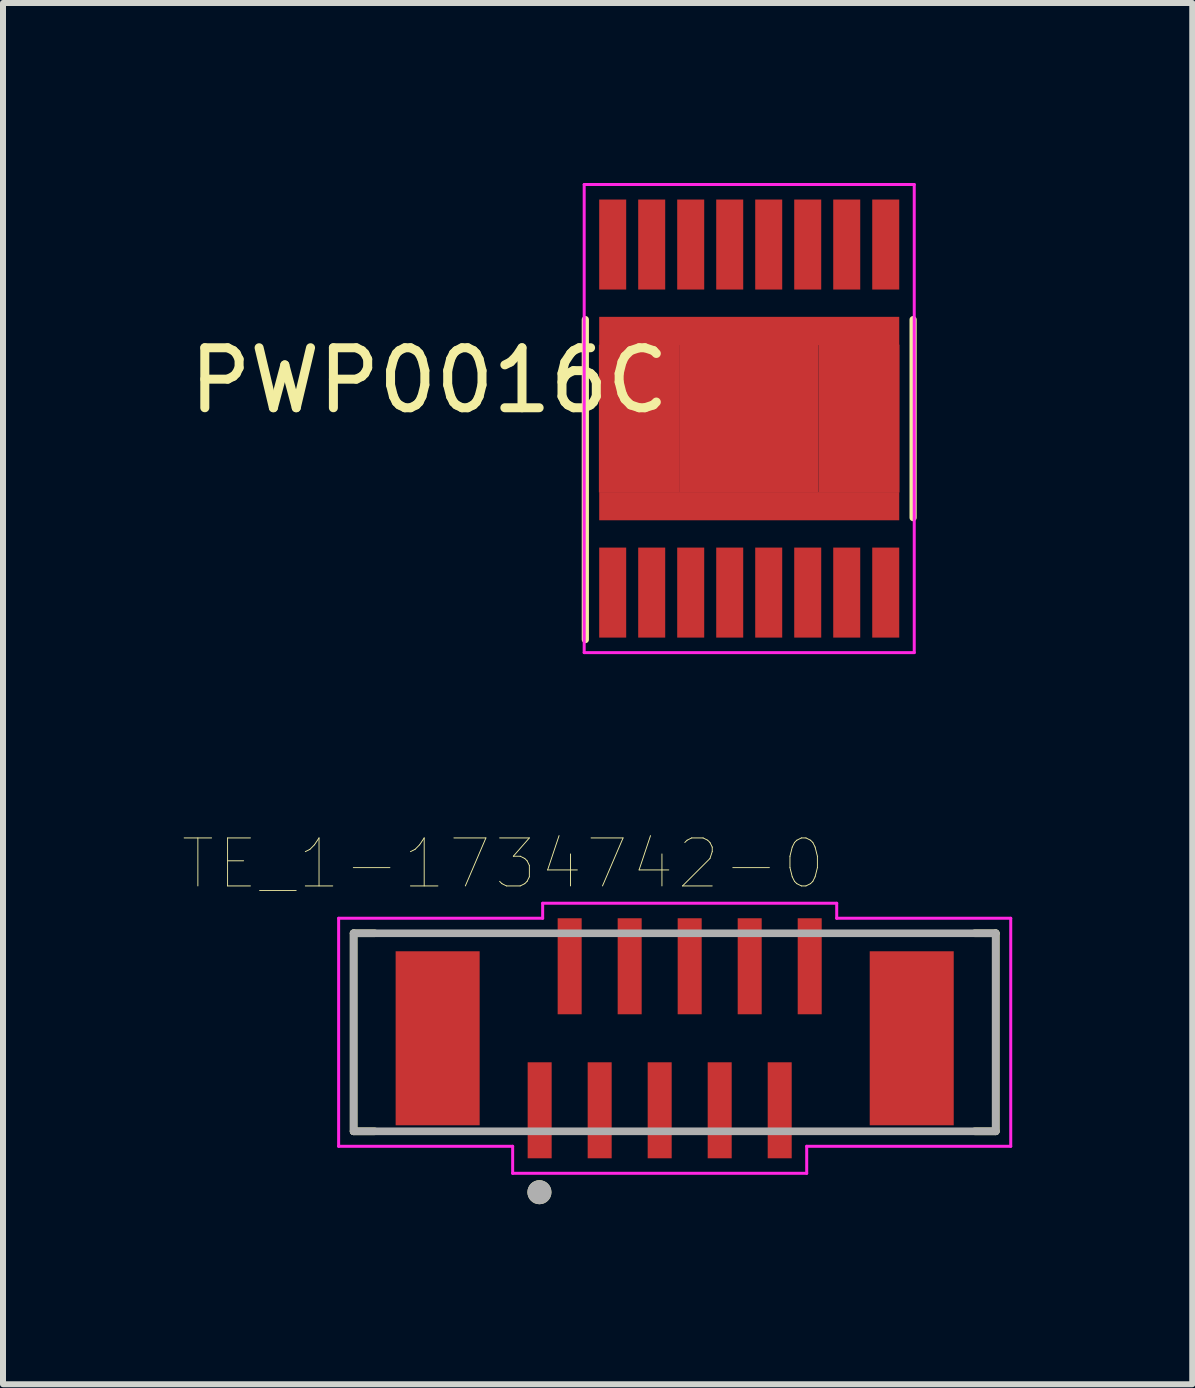
<source format=kicad_pcb>
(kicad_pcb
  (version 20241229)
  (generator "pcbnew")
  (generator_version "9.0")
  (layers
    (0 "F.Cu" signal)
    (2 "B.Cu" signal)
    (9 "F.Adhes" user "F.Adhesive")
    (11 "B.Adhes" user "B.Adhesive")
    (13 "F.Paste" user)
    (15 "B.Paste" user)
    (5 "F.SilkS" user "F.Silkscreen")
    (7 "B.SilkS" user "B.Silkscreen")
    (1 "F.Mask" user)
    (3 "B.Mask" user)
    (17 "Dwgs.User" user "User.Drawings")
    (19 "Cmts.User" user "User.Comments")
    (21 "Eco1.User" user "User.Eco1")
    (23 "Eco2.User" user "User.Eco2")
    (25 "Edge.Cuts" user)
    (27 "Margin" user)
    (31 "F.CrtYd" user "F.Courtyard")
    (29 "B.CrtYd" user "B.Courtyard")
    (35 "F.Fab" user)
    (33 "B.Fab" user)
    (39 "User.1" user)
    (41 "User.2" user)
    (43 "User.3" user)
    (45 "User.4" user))
  (footprint "TE_1-1734742-0"
    (layer "F.Cu")
    (at 8.193 14.252)
    (property "Reference" "TE_1-1734742-0" (at -2.86 -2.908 0) (layer "F.SilkS") (effects (font (size 0.8 0.8) (thickness 0.015))))
    (attr through_hole)
    (fp_line (start -5.35 -1.75) (end -5.35 1.55) (stroke (width 0.127) (type solid)) (layer "F.SilkS"))
    (fp_line (start -5.35 1.55) (end -5 1.55) (stroke (width 0.127) (type solid)) (layer "F.SilkS"))
    (fp_line (start -5 -1.75) (end -5.35 -1.75) (stroke (width 0.127) (type solid)) (layer "F.SilkS"))
    (fp_line (start 5 -1.75) (end 5.35 -1.75) (stroke (width 0.127) (type solid)) (layer "F.SilkS"))
    (fp_line (start 5.35 -1.75) (end 5.35 1.55) (stroke (width 0.127) (type solid)) (layer "F.SilkS"))
    (fp_line (start 5.35 1.55) (end 5 1.55) (stroke (width 0.127) (type solid)) (layer "F.SilkS"))
    (fp_circle (center -2.254 2.565) (end -2.154 2.565) (stroke (width 0.2) (type solid)) (fill no) (layer "F.SilkS"))
    (fp_line (start -5.6 -2) (end -2.2 -2) (stroke (width 0.05) (type solid)) (layer "F.CrtYd"))
    (fp_line (start -5.6 1.8) (end -5.6 -2) (stroke (width 0.05) (type solid)) (layer "F.CrtYd"))
    (fp_line (start -2.7 1.8) (end -5.6 1.8) (stroke (width 0.05) (type solid)) (layer "F.CrtYd"))
    (fp_line (start -2.7 2.25) (end -2.7 1.8) (stroke (width 0.05) (type solid)) (layer "F.CrtYd"))
    (fp_line (start -2.2 -2.25) (end 2.7 -2.25) (stroke (width 0.05) (type solid)) (layer "F.CrtYd"))
    (fp_line (start -2.2 -2) (end -2.2 -2.25) (stroke (width 0.05) (type solid)) (layer "F.CrtYd"))
    (fp_line (start 2.2 1.8) (end 2.2 2.25) (stroke (width 0.05) (type solid)) (layer "F.CrtYd"))
    (fp_line (start 2.2 2.25) (end -2.7 2.25) (stroke (width 0.05) (type solid)) (layer "F.CrtYd"))
    (fp_line (start 2.7 -2.25) (end 2.7 -2) (stroke (width 0.05) (type solid)) (layer "F.CrtYd"))
    (fp_line (start 2.7 -2) (end 5.6 -2) (stroke (width 0.05) (type solid)) (layer "F.CrtYd"))
    (fp_line (start 5.6 -2) (end 5.6 1.8) (stroke (width 0.05) (type solid)) (layer "F.CrtYd"))
    (fp_line (start 5.6 1.8) (end 2.2 1.8) (stroke (width 0.05) (type solid)) (layer "F.CrtYd"))
    (fp_line (start -5.35 -1.75) (end 5.35 -1.75) (stroke (width 0.127) (type solid)) (layer "F.Fab"))
    (fp_line (start -5.35 1.55) (end -5.35 -1.75) (stroke (width 0.127) (type solid)) (layer "F.Fab"))
    (fp_line (start 5.35 -1.75) (end 5.35 1.55) (stroke (width 0.127) (type solid)) (layer "F.Fab"))
    (fp_line (start 5.35 1.55) (end -5.35 1.55) (stroke (width 0.127) (type solid)) (layer "F.Fab"))
    (fp_circle (center -2.254 2.565) (end -2.154 2.565) (stroke (width 0.2) (type solid)) (fill no) (layer "F.Fab"))
    (pad "1" smd rect (at -2.25 1.2) (size 0.4 1.6) (layers "F.Cu" "F.Mask" "F.Paste"))
    (pad "2" smd rect (at -1.75 -1.2) (size 0.4 1.6) (layers "F.Cu" "F.Mask" "F.Paste"))
    (pad "3" smd rect (at -1.25 1.2) (size 0.4 1.6) (layers "F.Cu" "F.Mask" "F.Paste"))
    (pad "4" smd rect (at -0.75 -1.2) (size 0.4 1.6) (layers "F.Cu" "F.Mask" "F.Paste"))
    (pad "5" smd rect (at -0.25 1.2) (size 0.4 1.6) (layers "F.Cu" "F.Mask" "F.Paste"))
    (pad "6" smd rect (at 0.25 -1.2) (size 0.4 1.6) (layers "F.Cu" "F.Mask" "F.Paste"))
    (pad "7" smd rect (at 0.75 1.2) (size 0.4 1.6) (layers "F.Cu" "F.Mask" "F.Paste"))
    (pad "8" smd rect (at 1.25 -1.2) (size 0.4 1.6) (layers "F.Cu" "F.Mask" "F.Paste"))
    (pad "9" smd rect (at 1.75 1.2) (size 0.4 1.6) (layers "F.Cu" "F.Mask" "F.Paste"))
    (pad "10" smd rect (at 2.25 -1.2) (size 0.4 1.6) (layers "F.Cu" "F.Mask" "F.Paste"))
    (pad "S1" smd rect (at -3.95 0) (size 1.4 2.9) (layers "F.Cu" "F.Mask" "F.Paste"))
    (pad "S2" smd rect (at 3.95 0) (size 1.4 2.9) (layers "F.Cu" "F.Mask" "F.Paste")))
  (footprint "PWP0016C"
    (layer "F.Cu")
    (at 9.435 3.925)
    (property "Reference" "PWP0016C" (at -5.334 -0.635 180) (layer "F.SilkS") (effects (font (size 1 1) (thickness 0.15))))
    (attr smd)
    (fp_line (start -2.731 3.683) (end -2.731 -1.65) (stroke (width 0.12) (type solid)) (layer "F.SilkS"))
    (fp_line (start 2.731 -1.649) (end 2.731 1.651) (stroke (width 0.12) (type solid)) (layer "F.SilkS"))
    (fp_line (start -2.75 -3.9) (end 2.75 -3.9) (stroke (width 0.05) (type solid)) (layer "F.CrtYd"))
    (fp_line (start -2.75 3.9) (end -2.75 -3.9) (stroke (width 0.05) (type solid)) (layer "F.CrtYd"))
    (fp_line (start 2.75 -3.9) (end 2.75 3.9) (stroke (width 0.05) (type solid)) (layer "F.CrtYd"))
    (fp_line (start 2.75 3.9) (end -2.75 3.9) (stroke (width 0.05) (type solid)) (layer "F.CrtYd"))
    (pad "1" smd rect (at -2.275 2.9) (size 0.45 1.5) (layers "F.Cu" "F.Mask" "F.Paste"))
    (pad "2" smd rect (at -1.625 2.9) (size 0.45 1.5) (layers "F.Cu" "F.Mask" "F.Paste"))
    (pad "3" smd rect (at -0.975 2.9) (size 0.45 1.5) (layers "F.Cu" "F.Mask" "F.Paste"))
    (pad "4" smd rect (at -0.325 2.9) (size 0.45 1.5) (layers "F.Cu" "F.Mask" "F.Paste"))
    (pad "5" smd rect (at 0.325 2.9) (size 0.45 1.5) (layers "F.Cu" "F.Mask" "F.Paste"))
    (pad "6" smd rect (at 0.975 2.9) (size 0.45 1.5) (layers "F.Cu" "F.Mask" "F.Paste"))
    (pad "7" smd rect (at 1.625 2.9) (size 0.45 1.5) (layers "F.Cu" "F.Mask" "F.Paste"))
    (pad "8" smd rect (at 2.275 2.9) (size 0.45 1.5) (layers "F.Cu" "F.Mask" "F.Paste"))
    (pad "9" smd rect (at 2.275 -2.9) (size 0.45 1.5) (layers "F.Cu" "F.Mask" "F.Paste"))
    (pad "10" smd rect (at 1.625 -2.9) (size 0.45 1.5) (layers "F.Cu" "F.Mask" "F.Paste"))
    (pad "11" smd rect (at 0.975 -2.9) (size 0.45 1.5) (layers "F.Cu" "F.Mask" "F.Paste"))
    (pad "12" smd rect (at 0.325 -2.9) (size 0.45 1.5) (layers "F.Cu" "F.Mask" "F.Paste"))
    (pad "13" smd rect (at -0.325 -2.9) (size 0.45 1.5) (layers "F.Cu" "F.Mask" "F.Paste"))
    (pad "14" smd rect (at -0.975 -2.9) (size 0.45 1.5) (layers "F.Cu" "F.Mask" "F.Paste"))
    (pad "15" smd rect (at -1.625 -2.9) (size 0.45 1.5) (layers "F.Cu" "F.Mask" "F.Paste"))
    (pad "16" smd rect (at -2.275 -2.9) (size 0.45 1.5) (layers "F.Cu" "F.Mask" "F.Paste"))
    (pad "P" smd rect (at -1.83 0) (size 1.35 2.46) (layers "F.Cu"))
    (pad "P" smd rect (at 0 -1.46) (size 5 0.47) (layers "F.Cu"))
    (pad "P" smd rect (at 0 0) (size 2.31 2.46) (layers "F.Cu" "F.Mask" "F.Paste"))
    (pad "P" smd rect (at 0 1.46) (size 5 0.47) (layers "F.Cu"))
    (pad "P" smd rect (at 1.83 0) (size 1.35 2.46) (layers "F.Cu")))
  (gr_rect
    (start -3 -3)
    (end 16.818 20.017)
    (stroke (width 0.1) (type default))
    (fill no)
    (layer "Edge.Cuts")))
</source>
